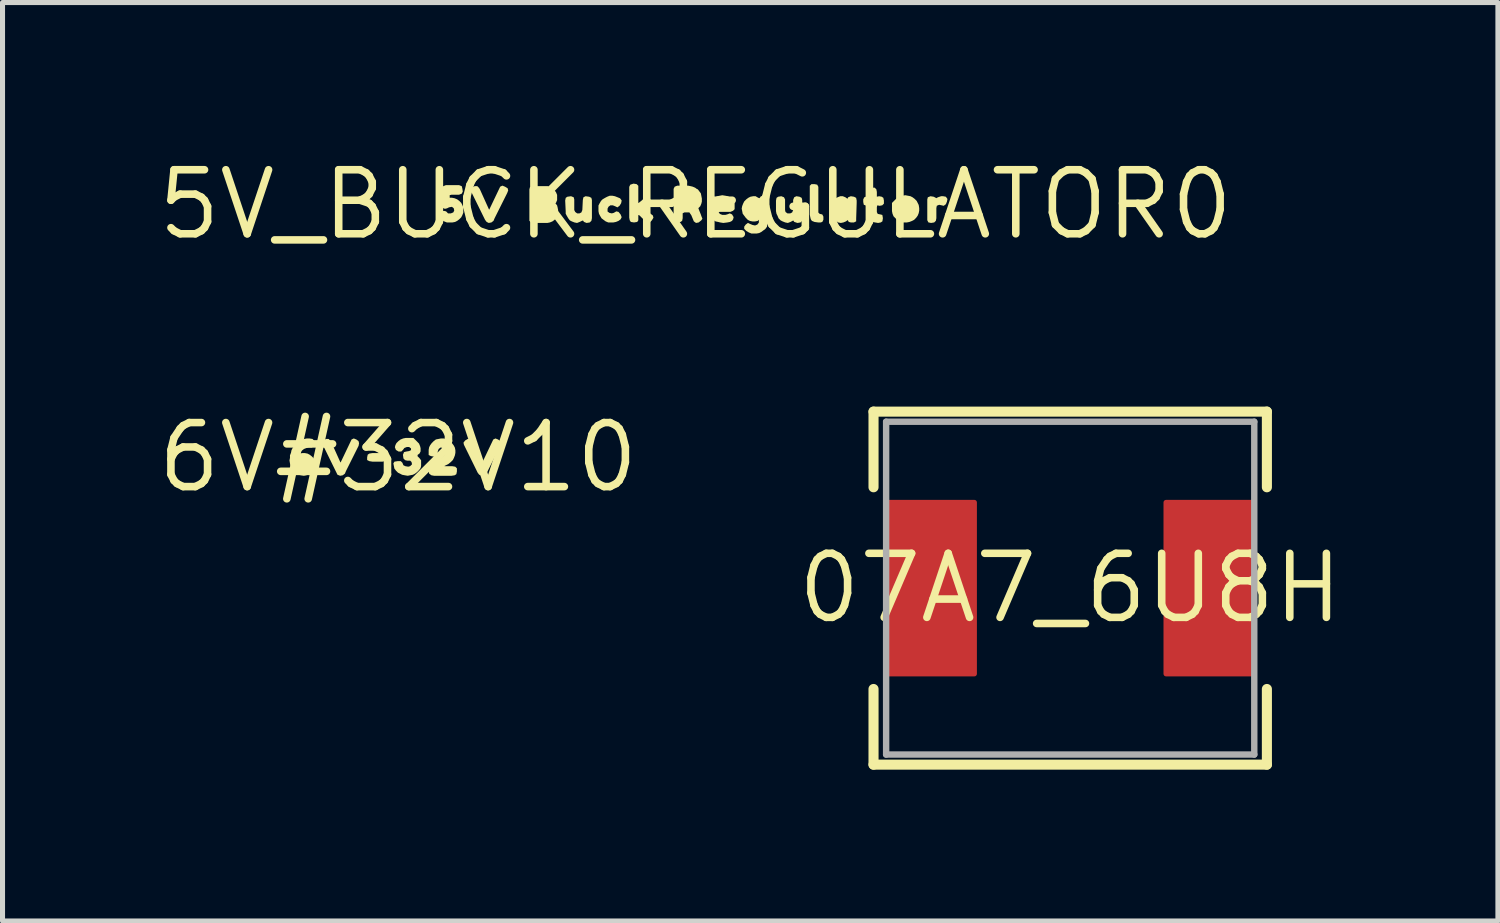
<source format=kicad_pcb>
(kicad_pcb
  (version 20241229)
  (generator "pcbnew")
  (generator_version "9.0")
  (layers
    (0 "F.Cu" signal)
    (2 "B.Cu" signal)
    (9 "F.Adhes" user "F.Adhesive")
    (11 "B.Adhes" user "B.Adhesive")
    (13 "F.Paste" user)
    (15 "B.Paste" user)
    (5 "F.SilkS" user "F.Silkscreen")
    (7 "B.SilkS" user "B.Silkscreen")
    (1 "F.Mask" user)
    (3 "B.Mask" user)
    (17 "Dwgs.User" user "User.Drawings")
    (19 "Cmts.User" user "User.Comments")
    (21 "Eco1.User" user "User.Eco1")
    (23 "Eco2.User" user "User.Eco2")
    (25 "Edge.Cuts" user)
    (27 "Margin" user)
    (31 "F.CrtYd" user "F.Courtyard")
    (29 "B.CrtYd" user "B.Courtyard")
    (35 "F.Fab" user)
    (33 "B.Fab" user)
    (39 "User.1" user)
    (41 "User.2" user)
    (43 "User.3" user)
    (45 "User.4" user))
  (footprint "07A7_6U8H"
    (layer "F.Cu")
    (at 18.171 8.612)
    (property "Reference" "07A7_6U8H" (at 0 0 0) (layer "F.SilkS") (effects (font (size 1.27 1.27) (thickness 0.15))))
    (fp_line (start -3.9 -3.5) (end -3.9 -2) (stroke (width 0.2) (type solid)) (layer "F.SilkS"))
    (fp_line (start -3.9 -3.5) (end 3.9 -3.5) (stroke (width 0.2) (type solid)) (layer "F.SilkS"))
    (fp_line (start -3.9 3.5) (end -3.9 2) (stroke (width 0.2) (type solid)) (layer "F.SilkS"))
    (fp_line (start 3.9 -3.5) (end 3.9 -2) (stroke (width 0.2) (type solid)) (layer "F.SilkS"))
    (fp_line (start 3.9 3.5) (end -3.9 3.5) (stroke (width 0.2) (type solid)) (layer "F.SilkS"))
    (fp_line (start 3.9 3.5) (end 3.9 2) (stroke (width 0.2) (type solid)) (layer "F.SilkS"))
    (fp_line (start -3.65 -3.3) (end 3.65 -3.3) (stroke (width 0.127) (type solid)) (layer "F.Fab"))
    (fp_line (start -3.65 3.3) (end -3.65 -3.3) (stroke (width 0.127) (type solid)) (layer "F.Fab"))
    (fp_line (start 3.65 -3.3) (end 3.65 3.3) (stroke (width 0.127) (type solid)) (layer "F.Fab"))
    (fp_line (start 3.65 3.3) (end -3.65 3.3) (stroke (width 0.127) (type solid)) (layer "F.Fab"))
    (pad "P$1" smd roundrect (at -2.775 0) (size 1.85 3.5) (layers "F.Cu" "F.Mask" "F.Paste") (roundrect_rratio 0.027))
    (pad "P$2" smd roundrect (at 2.775 0) (size 1.85 3.5) (layers "F.Cu" "F.Mask" "F.Paste") (roundrect_rratio 0.027)))
  (footprint "5V_BUCK_REGULATOR0"
    (layer "F.Cu")
    (at 10.742 1.006)
    (property "Reference" "5V_BUCK_REGULATOR0" (at 0 0 0) (layer "F.SilkS") (effects (font (size 1.27 1.27) (thickness 0.15))))
    (fp_poly (pts (xy 2.413 -0.394) (xy 2.435 -0.351) (xy 2.435 0.158) (xy 2.462 0.185) (xy 2.513 0.196) (xy 2.535 0.239) (xy 2.535 0.301) (xy 2.514 0.344) (xy 2.481 0.355) (xy 2.43 0.355) (xy 2.359 0.345) (xy 2.307 0.324) (xy 2.285 0.292) (xy 2.275 0.251) (xy 2.265 0.2) (xy 2.265 -0.372) (xy 2.298 -0.405) (xy 2.36 -0.405)) (stroke (width 0) (type default)) (fill yes) (layer "F.SilkS"))
    (fp_poly (pts (xy -3.778 -0.354) (xy -3.726 -0.323) (xy -3.715 -0.28) (xy -3.735 -0.228) (xy -3.985 0.272) (xy -4.006 0.323) (xy -4.048 0.355) (xy -4.101 0.365) (xy -4.143 0.344) (xy -4.174 0.303) (xy -4.445 -0.248) (xy -4.455 -0.291) (xy -4.434 -0.334) (xy -4.381 -0.365) (xy -4.328 -0.365) (xy -4.296 -0.333) (xy -4.276 -0.302) (xy -4.096 0.097) (xy -4.091 0.101) (xy -3.874 -0.354) (xy -3.83 -0.375)) (stroke (width 0) (type default)) (fill yes) (layer "F.SilkS"))
    (fp_poly (pts (xy 4.722 -0.155) (xy 4.763 -0.134) (xy 4.771 -0.126) (xy 4.808 -0.145) (xy 4.869 -0.165) (xy 4.91 -0.165) (xy 4.963 -0.155) (xy 4.995 -0.111) (xy 4.985 -0.059) (xy 4.964 -0.007) (xy 4.921 0.025) (xy 4.879 0.015) (xy 4.83 0.005) (xy 4.784 0.024) (xy 4.775 0.07) (xy 4.775 0.27) (xy 4.765 0.322) (xy 4.732 0.355) (xy 4.67 0.365) (xy 4.617 0.354) (xy 4.595 0.311) (xy 4.595 -0.101) (xy 4.606 -0.144) (xy 4.659 -0.165)) (stroke (width 0) (type default)) (fill yes) (layer "F.SilkS"))
    (fp_poly (pts (xy -2.878 -0.345) (xy -2.827 -0.324) (xy -2.796 -0.283) (xy -2.766 -0.242) (xy -2.745 -0.191) (xy -2.745 -0.089) (xy -2.766 -0.037) (xy -2.777 -0.026) (xy -2.778 -0.025) (xy -2.745 0.018) (xy -2.735 0.059) (xy -2.725 0.11) (xy -2.725 0.17) (xy -2.735 0.222) (xy -2.766 0.263) (xy -2.796 0.304) (xy -2.838 0.334) (xy -2.889 0.355) (xy -2.94 0.365) (xy -3.2 0.365) (xy -3.262 0.355) (xy -3.295 0.322) (xy -3.295 -0.301) (xy -3.284 -0.343) (xy -3.241 -0.365) (xy -2.929 -0.365)) (stroke (width 0) (type default)) (fill yes) (layer "F.SilkS"))
    (fp_poly (pts (xy 3.142 -0.155) (xy 3.184 -0.133) (xy 3.195 -0.08) (xy 3.195 -0.03) (xy 3.185 0.28) (xy 3.185 0.333) (xy 3.141 0.355) (xy 3.079 0.355) (xy 3.037 0.344) (xy 3.018 0.308) (xy 2.982 0.334) (xy 2.931 0.355) (xy 2.88 0.365) (xy 2.828 0.355) (xy 2.787 0.324) (xy 2.747 0.294) (xy 2.706 0.253) (xy 2.685 0.202) (xy 2.665 0.151) (xy 2.665 0.049) (xy 2.675 0.008) (xy 2.706 -0.043) (xy 2.736 -0.083) (xy 2.777 -0.124) (xy 2.818 -0.145) (xy 2.869 -0.165) (xy 2.921 -0.165) (xy 2.972 -0.144) (xy 3.012 -0.115) (xy 3.026 -0.144) (xy 3.079 -0.165)) (stroke (width 0) (type default)) (fill yes) (layer "F.SilkS"))
    (fp_poly (pts (xy -1.168 -0.405) (xy -1.135 -0.372) (xy -1.135 -0.029) (xy -1.113 -0.044) (xy -1.063 -0.084) (xy -1.033 -0.114) (xy -0.981 -0.145) (xy -0.938 -0.145) (xy -0.896 -0.103) (xy -0.864 -0.05) (xy -0.886 -0.007) (xy -0.927 0.034) (xy -1.002 0.09) (xy -0.887 0.186) (xy -0.846 0.217) (xy -0.835 0.261) (xy -0.866 0.313) (xy -0.908 0.355) (xy -0.952 0.355) (xy -0.993 0.324) (xy -1.033 0.294) (xy -1.113 0.214) (xy -1.135 0.207) (xy -1.135 0.312) (xy -1.157 0.345) (xy -1.22 0.355) (xy -1.283 0.345) (xy -1.305 0.312) (xy -1.315 0.26) (xy -1.315 -0.351) (xy -1.294 -0.394) (xy -1.23 -0.415)) (stroke (width 0) (type default)) (fill yes) (layer "F.SilkS"))
    (fp_poly (pts (xy 4.211 -0.175) (xy 4.262 -0.165) (xy 4.303 -0.144) (xy 4.343 -0.114) (xy 4.384 -0.073) (xy 4.425 0.008) (xy 4.435 0.07) (xy 4.435 0.12) (xy 4.425 0.171) (xy 4.404 0.222) (xy 4.374 0.263) (xy 4.333 0.304) (xy 4.292 0.325) (xy 4.241 0.345) (xy 4.19 0.355) (xy 4.099 0.355) (xy 4.052 0.336) (xy 4.052 0.337) (xy 4.048 0.334) (xy 4.043 0.333) (xy 4.043 0.332) (xy 3.997 0.304) (xy 3.966 0.274) (xy 3.926 0.233) (xy 3.905 0.181) (xy 3.895 0.13) (xy 3.895 -0.032) (xy 3.967 -0.104) (xy 4.007 -0.134) (xy 4.058 -0.165) (xy 4.099 -0.175) (xy 4.16 -0.185)) (stroke (width 0) (type default)) (fill yes) (layer "F.SilkS"))
    (fp_poly (pts (xy 2.062 -0.155) (xy 2.104 -0.133) (xy 2.115 -0.091) (xy 2.115 0.322) (xy 2.082 0.355) (xy 2.02 0.365) (xy 1.957 0.344) (xy 1.938 0.316) (xy 1.922 0.324) (xy 1.882 0.345) (xy 1.83 0.365) (xy 1.779 0.355) (xy 1.728 0.335) (xy 1.687 0.314) (xy 1.646 0.273) (xy 1.625 0.222) (xy 1.605 0.182) (xy 1.595 0.13) (xy 1.595 -0.08) (xy 1.606 -0.133) (xy 1.638 -0.155) (xy 1.701 -0.165) (xy 1.754 -0.144) (xy 1.775 -0.101) (xy 1.775 0.109) (xy 1.784 0.147) (xy 1.822 0.175) (xy 1.879 0.175) (xy 1.916 0.156) (xy 1.935 0.109) (xy 1.935 -0.091) (xy 1.956 -0.144) (xy 1.999 -0.165)) (stroke (width 0) (type default)) (fill yes) (layer "F.SilkS"))
    (fp_poly (pts (xy -2.108 -0.155) (xy -2.066 -0.133) (xy -2.055 -0.091) (xy -2.055 0.27) (xy -2.065 0.322) (xy -2.098 0.355) (xy -2.161 0.365) (xy -2.213 0.344) (xy -2.232 0.316) (xy -2.258 0.325) (xy -2.298 0.345) (xy -2.35 0.365) (xy -2.401 0.355) (xy -2.452 0.335) (xy -2.493 0.314) (xy -2.524 0.273) (xy -2.554 0.222) (xy -2.575 0.181) (xy -2.575 0.13) (xy -2.585 -0.08) (xy -2.574 -0.133) (xy -2.542 -0.155) (xy -2.469 -0.165) (xy -2.416 -0.144) (xy -2.405 -0.101) (xy -2.405 0.109) (xy -2.386 0.147) (xy -2.348 0.175) (xy -2.301 0.175) (xy -2.264 0.156) (xy -2.245 0.109) (xy -2.235 -0.091) (xy -2.224 -0.143) (xy -2.181 -0.165)) (stroke (width 0) (type default)) (fill yes) (layer "F.SilkS"))
    (fp_poly (pts (xy -0.099 -0.365) (xy -0.058 -0.355) (xy -0.008 -0.334) (xy 0.035 -0.302) (xy 0.04 -0.308) (xy 0.074 -0.263) (xy 0.105 -0.222) (xy 0.115 -0.171) (xy 0.125 -0.12) (xy 0.125 -0.059) (xy 0.115 -0.018) (xy 0.094 0.033) (xy 0.056 0.071) (xy 0.065 0.098) (xy 0.105 0.198) (xy 0.115 0.228) (xy 0.136 0.281) (xy 0.114 0.313) (xy 0.062 0.355) (xy 0.009 0.365) (xy -0.034 0.333) (xy -0.084 0.212) (xy -0.123 0.155) (xy -0.219 0.155) (xy -0.255 0.173) (xy -0.255 0.27) (xy -0.266 0.323) (xy -0.298 0.345) (xy -0.36 0.355) (xy -0.413 0.344) (xy -0.435 0.301) (xy -0.435 -0.311) (xy -0.414 -0.354) (xy -0.361 -0.375) (xy -0.15 -0.375)) (stroke (width 0) (type default)) (fill yes) (layer "F.SilkS"))
    (fp_poly (pts (xy 3.585 -0.302) (xy 3.595 -0.25) (xy 3.595 -0.156) (xy 3.64 -0.165) (xy 3.692 -0.155) (xy 3.724 -0.133) (xy 3.735 -0.08) (xy 3.735 -0.018) (xy 3.702 0.015) (xy 3.65 0.025) (xy 3.604 0.016) (xy 3.595 0.051) (xy 3.595 0.149) (xy 3.613 0.186) (xy 3.661 0.195) (xy 3.704 0.206) (xy 3.715 0.27) (xy 3.705 0.333) (xy 3.672 0.355) (xy 3.62 0.365) (xy 3.559 0.355) (xy 3.508 0.345) (xy 3.466 0.313) (xy 3.446 0.283) (xy 3.425 0.242) (xy 3.415 0.19) (xy 3.415 0.033) (xy 3.336 0.004) (xy 3.325 -0.05) (xy 3.325 -0.101) (xy 3.346 -0.144) (xy 3.397 -0.164) (xy 3.415 -0.182) (xy 3.415 -0.281) (xy 3.437 -0.324) (xy 3.49 -0.335) (xy 3.552 -0.335)) (stroke (width 0) (type default)) (fill yes) (layer "F.SilkS"))
    (fp_poly (pts (xy -1.599 -0.165) (xy -1.548 -0.145) (xy -1.497 -0.124) (xy -1.465 -0.081) (xy -1.475 -0.028) (xy -1.506 0.023) (xy -1.549 0.056) (xy -1.592 0.035) (xy -1.641 0.015) (xy -1.688 0.015) (xy -1.726 0.043) (xy -1.745 0.081) (xy -1.745 0.138) (xy -1.708 0.165) (xy -1.66 0.175) (xy -1.622 0.165) (xy -1.571 0.135) (xy -1.527 0.146) (xy -1.486 0.197) (xy -1.465 0.25) (xy -1.486 0.293) (xy -1.528 0.324) (xy -1.579 0.345) (xy -1.63 0.355) (xy -1.731 0.355) (xy -1.782 0.334) (xy -1.823 0.304) (xy -1.864 0.273) (xy -1.894 0.222) (xy -1.915 0.182) (xy -1.925 0.13) (xy -1.925 0.019) (xy -1.904 -0.022) (xy -1.874 -0.073) (xy -1.843 -0.104) (xy -1.792 -0.134) (xy -1.752 -0.155) (xy -1.701 -0.175) (xy -1.65 -0.175)) (stroke (width 0) (type default)) (fill yes) (layer "F.SilkS"))
    (fp_poly (pts (xy 0.591 -0.175) (xy 0.642 -0.165) (xy 0.683 -0.144) (xy 0.724 -0.114) (xy 0.754 -0.072) (xy 0.775 -0.021) (xy 0.775 0.092) (xy 0.743 0.124) (xy 0.691 0.145) (xy 0.486 0.145) (xy 0.485 0.141) (xy 0.485 0.143) (xy 0.458 0.153) (xy 0.483 0.186) (xy 0.531 0.205) (xy 0.589 0.205) (xy 0.628 0.195) (xy 0.68 0.175) (xy 0.724 0.196) (xy 0.755 0.249) (xy 0.745 0.292) (xy 0.723 0.324) (xy 0.682 0.345) (xy 0.631 0.355) (xy 0.55 0.365) (xy 0.489 0.355) (xy 0.449 0.345) (xy 0.398 0.335) (xy 0.347 0.304) (xy 0.316 0.263) (xy 0.285 0.222) (xy 0.275 0.171) (xy 0.265 0.121) (xy 0.255 0.07) (xy 0.265 0.019) (xy 0.285 -0.032) (xy 0.306 -0.073) (xy 0.347 -0.114) (xy 0.387 -0.144) (xy 0.428 -0.165) (xy 0.479 -0.175) (xy 0.53 -0.185)) (stroke (width 0) (type default)) (fill yes) (layer "F.SilkS"))
    (fp_poly (pts (xy 1.403 -0.165) (xy 1.435 -0.122) (xy 1.435 0.34) (xy 1.425 0.391) (xy 1.415 0.442) (xy 1.384 0.484) (xy 1.343 0.514) (xy 1.303 0.544) (xy 1.262 0.565) (xy 1.21 0.575) (xy 1.109 0.575) (xy 1.058 0.554) (xy 1.007 0.524) (xy 0.965 0.482) (xy 0.965 0.438) (xy 0.996 0.396) (xy 1.039 0.364) (xy 1.082 0.385) (xy 1.131 0.405) (xy 1.18 0.415) (xy 1.227 0.396) (xy 1.255 0.358) (xy 1.255 0.302) (xy 1.232 0.325) (xy 1.18 0.335) (xy 1.13 0.335) (xy 1.078 0.325) (xy 1.037 0.304) (xy 0.996 0.263) (xy 0.966 0.223) (xy 0.935 0.182) (xy 0.925 0.131) (xy 0.915 0.08) (xy 0.925 0.029) (xy 0.945 -0.022) (xy 0.966 -0.063) (xy 1.007 -0.104) (xy 1.047 -0.134) (xy 1.088 -0.155) (xy 1.14 -0.165) (xy 1.191 -0.165) (xy 1.242 -0.135) (xy 1.268 -0.126) (xy 1.297 -0.165) (xy 1.35 -0.175)) (stroke (width 0) (type default)) (fill yes) (layer "F.SilkS"))
    (fp_poly (pts (xy -4.636 -0.364) (xy -4.625 -0.321) (xy -4.615 -0.259) (xy -4.636 -0.216) (xy -4.689 -0.195) (xy -4.839 -0.195) (xy -4.875 -0.186) (xy -4.875 -0.135) (xy -4.83 -0.135) (xy -4.779 -0.125) (xy -4.728 -0.104) (xy -4.687 -0.074) (xy -4.646 -0.033) (xy -4.625 0.008) (xy -4.605 0.059) (xy -4.605 0.161) (xy -4.625 0.212) (xy -4.646 0.253) (xy -4.687 0.294) (xy -4.727 0.324) (xy -4.768 0.345) (xy -4.82 0.355) (xy -4.931 0.355) (xy -4.982 0.335) (xy -5.023 0.314) (xy -5.064 0.273) (xy -5.085 0.231) (xy -5.075 0.188) (xy -5.033 0.136) (xy -4.99 0.125) (xy -4.947 0.135) (xy -4.908 0.175) (xy -4.851 0.175) (xy -4.804 0.156) (xy -4.785 0.119) (xy -4.795 0.073) (xy -4.831 0.045) (xy -4.888 0.055) (xy -4.928 0.075) (xy -4.97 0.085) (xy -5.022 0.064) (xy -5.064 0.033) (xy -5.075 0.001) (xy -5.045 -0.291) (xy -5.034 -0.322) (xy -5.003 -0.364) (xy -4.951 -0.385) (xy -4.689 -0.385)) (stroke (width 0) (type default)) (fill yes) (layer "F.SilkS")))
  (footprint "6V#32V10"
    (layer "F.Cu")
    (at 4.845 6.019)
    (property "Reference" "6V#32V10" (at 0 0 0) (layer "F.SilkS") (effects (font (size 1.27 1.27) (thickness 0.15))))
    (fp_poly (pts (xy -0.257 -0.064) (xy -0.235 -0.032) (xy -0.235 0.031) (xy -0.257 0.074) (xy -0.31 0.085) (xy -0.51 0.085) (xy -0.572 0.075) (xy -0.615 0.053) (xy -0.615 -0.000495) (xy -0.604 -0.053) (xy -0.572 -0.075) (xy -0.51 -0.085) (xy -0.309 -0.085)) (stroke (width 0) (type default)) (fill yes) (layer "F.SilkS"))
    (fp_poly (pts (xy -0.828 -0.354) (xy -0.786 -0.323) (xy -0.775 -0.28) (xy -0.785 -0.228) (xy -1.035 0.272) (xy -1.056 0.323) (xy -1.098 0.355) (xy -1.15 0.365) (xy -1.204 0.344) (xy -1.224 0.302) (xy -1.494 -0.248) (xy -1.516 -0.291) (xy -1.483 -0.334) (xy -1.431 -0.365) (xy -1.378 -0.365) (xy -1.346 -0.333) (xy -1.326 -0.302) (xy -1.146 0.097) (xy -1.141 0.101) (xy -0.924 -0.354) (xy -0.88 -0.375)) (stroke (width 0) (type default)) (fill yes) (layer "F.SilkS"))
    (fp_poly (pts (xy 1.982 -0.354) (xy 2.024 -0.323) (xy 2.035 -0.28) (xy 2.025 -0.228) (xy 1.775 0.272) (xy 1.754 0.323) (xy 1.712 0.355) (xy 1.66 0.365) (xy 1.607 0.344) (xy 1.576 0.303) (xy 1.305 -0.248) (xy 1.295 -0.291) (xy 1.327 -0.334) (xy 1.379 -0.365) (xy 1.432 -0.365) (xy 1.464 -0.333) (xy 1.484 -0.302) (xy 1.664 0.097) (xy 1.669 0.101) (xy 1.886 -0.354) (xy 1.93 -0.375)) (stroke (width 0) (type default)) (fill yes) (layer "F.SilkS"))
    (fp_poly (pts (xy -1.698 -0.365) (xy -1.665 -0.332) (xy -1.665 -0.28) (xy -1.675 -0.228) (xy -1.708 -0.195) (xy -1.77 -0.195) (xy -1.819 -0.185) (xy -1.868 -0.166) (xy -1.906 -0.136) (xy -1.936 -0.098) (xy -1.943 -0.077) (xy -1.9 -0.085) (xy -1.85 -0.085) (xy -1.798 -0.075) (xy -1.757 -0.054) (xy -1.717 -0.024) (xy -1.676 0.017) (xy -1.655 0.068) (xy -1.645 0.109) (xy -1.645 0.181) (xy -1.666 0.222) (xy -1.696 0.273) (xy -1.727 0.304) (xy -1.778 0.334) (xy -1.818 0.355) (xy -1.87 0.365) (xy -1.931 0.355) (xy -1.981 0.345) (xy -2.032 0.324) (xy -2.063 0.304) (xy -2.094 0.263) (xy -2.125 0.222) (xy -2.135 0.171) (xy -2.145 0.121) (xy -2.155 0.06) (xy -2.145 0.01) (xy -2.145 -0.041) (xy -2.125 -0.091) (xy -2.115 -0.142) (xy -2.094 -0.183) (xy -2.064 -0.223) (xy -2.034 -0.264) (xy -1.993 -0.294) (xy -1.953 -0.324) (xy -1.912 -0.345) (xy -1.861 -0.365) (xy -1.81 -0.375) (xy -1.76 -0.375)) (stroke (width 0) (type default)) (fill yes) (layer "F.SilkS"))
    (fp_poly (pts (xy 0.951 -0.365) (xy 1.002 -0.344) (xy 1.044 -0.314) (xy 1.074 -0.273) (xy 1.104 -0.233) (xy 1.125 -0.192) (xy 1.135 -0.14) (xy 1.135 -0.09) (xy 1.125 -0.039) (xy 1.105 0.012) (xy 1.084 0.053) (xy 1.043 0.094) (xy 0.993 0.134) (xy 0.952 0.154) (xy 0.918 0.171) (xy 0.922 0.175) (xy 1.07 0.175) (xy 1.132 0.185) (xy 1.165 0.218) (xy 1.165 0.28) (xy 1.154 0.333) (xy 1.122 0.355) (xy 1.06 0.365) (xy 0.71 0.365) (xy 0.658 0.355) (xy 0.615 0.323) (xy 0.605 0.27) (xy 0.605 0.218) (xy 0.636 0.177) (xy 0.666 0.136) (xy 0.707 0.106) (xy 0.837 0.026) (xy 0.877 -0.004) (xy 0.916 -0.033) (xy 0.945 -0.082) (xy 0.955 -0.12) (xy 0.936 -0.166) (xy 0.898 -0.185) (xy 0.841 -0.195) (xy 0.804 -0.167) (xy 0.785 -0.119) (xy 0.785 -0.069) (xy 0.763 -0.026) (xy 0.71 -0.015) (xy 0.648 -0.025) (xy 0.605 -0.047) (xy 0.605 -0.15) (xy 0.615 -0.202) (xy 0.636 -0.243) (xy 0.666 -0.283) (xy 0.707 -0.324) (xy 0.748 -0.355) (xy 0.799 -0.365) (xy 0.85 -0.375) (xy 0.9 -0.375)) (stroke (width 0) (type default)) (fill yes) (layer "F.SilkS"))
    (fp_poly (pts (xy 0.374 -0.314) (xy 0.414 -0.273) (xy 0.435 -0.222) (xy 0.445 -0.181) (xy 0.445 -0.119) (xy 0.424 -0.077) (xy 0.385 -0.048) (xy 0.385 -0.022) (xy 0.424 0.017) (xy 0.455 0.058) (xy 0.455 0.171) (xy 0.445 0.212) (xy 0.414 0.253) (xy 0.373 0.294) (xy 0.333 0.324) (xy 0.292 0.345) (xy 0.241 0.355) (xy 0.19 0.365) (xy 0.129 0.355) (xy 0.078 0.345) (xy 0.038 0.324) (xy -0.003 0.304) (xy -0.044 0.263) (xy -0.075 0.222) (xy -0.085 0.171) (xy -0.095 0.119) (xy -0.073 0.085) (xy -0.01 0.075) (xy 0.052 0.075) (xy 0.084 0.107) (xy 0.104 0.156) (xy 0.142 0.175) (xy 0.2 0.185) (xy 0.237 0.175) (xy 0.275 0.138) (xy 0.265 0.092) (xy 0.238 0.065) (xy 0.179 0.065) (xy 0.137 0.055) (xy 0.105 0.022) (xy 0.095 -0.051) (xy 0.116 -0.104) (xy 0.159 -0.115) (xy 0.218 -0.125) (xy 0.255 -0.143) (xy 0.255 -0.177) (xy 0.218 -0.205) (xy 0.171 -0.205) (xy 0.123 -0.186) (xy 0.094 -0.147) (xy 0.062 -0.115) (xy 0.009 -0.115) (xy -0.044 -0.147) (xy -0.065 -0.2) (xy -0.055 -0.242) (xy -0.034 -0.283) (xy 0.007 -0.324) (xy 0.048 -0.354) (xy 0.099 -0.375) (xy 0.15 -0.385) (xy 0.302 -0.385)) (stroke (width 0) (type default)) (fill yes) (layer "F.SilkS")))
  (gr_rect
    (start -3 -3)
    (end 26.652 15.212)
    (stroke (width 0.1) (type default))
    (fill no)
    (layer "Edge.Cuts")))
</source>
